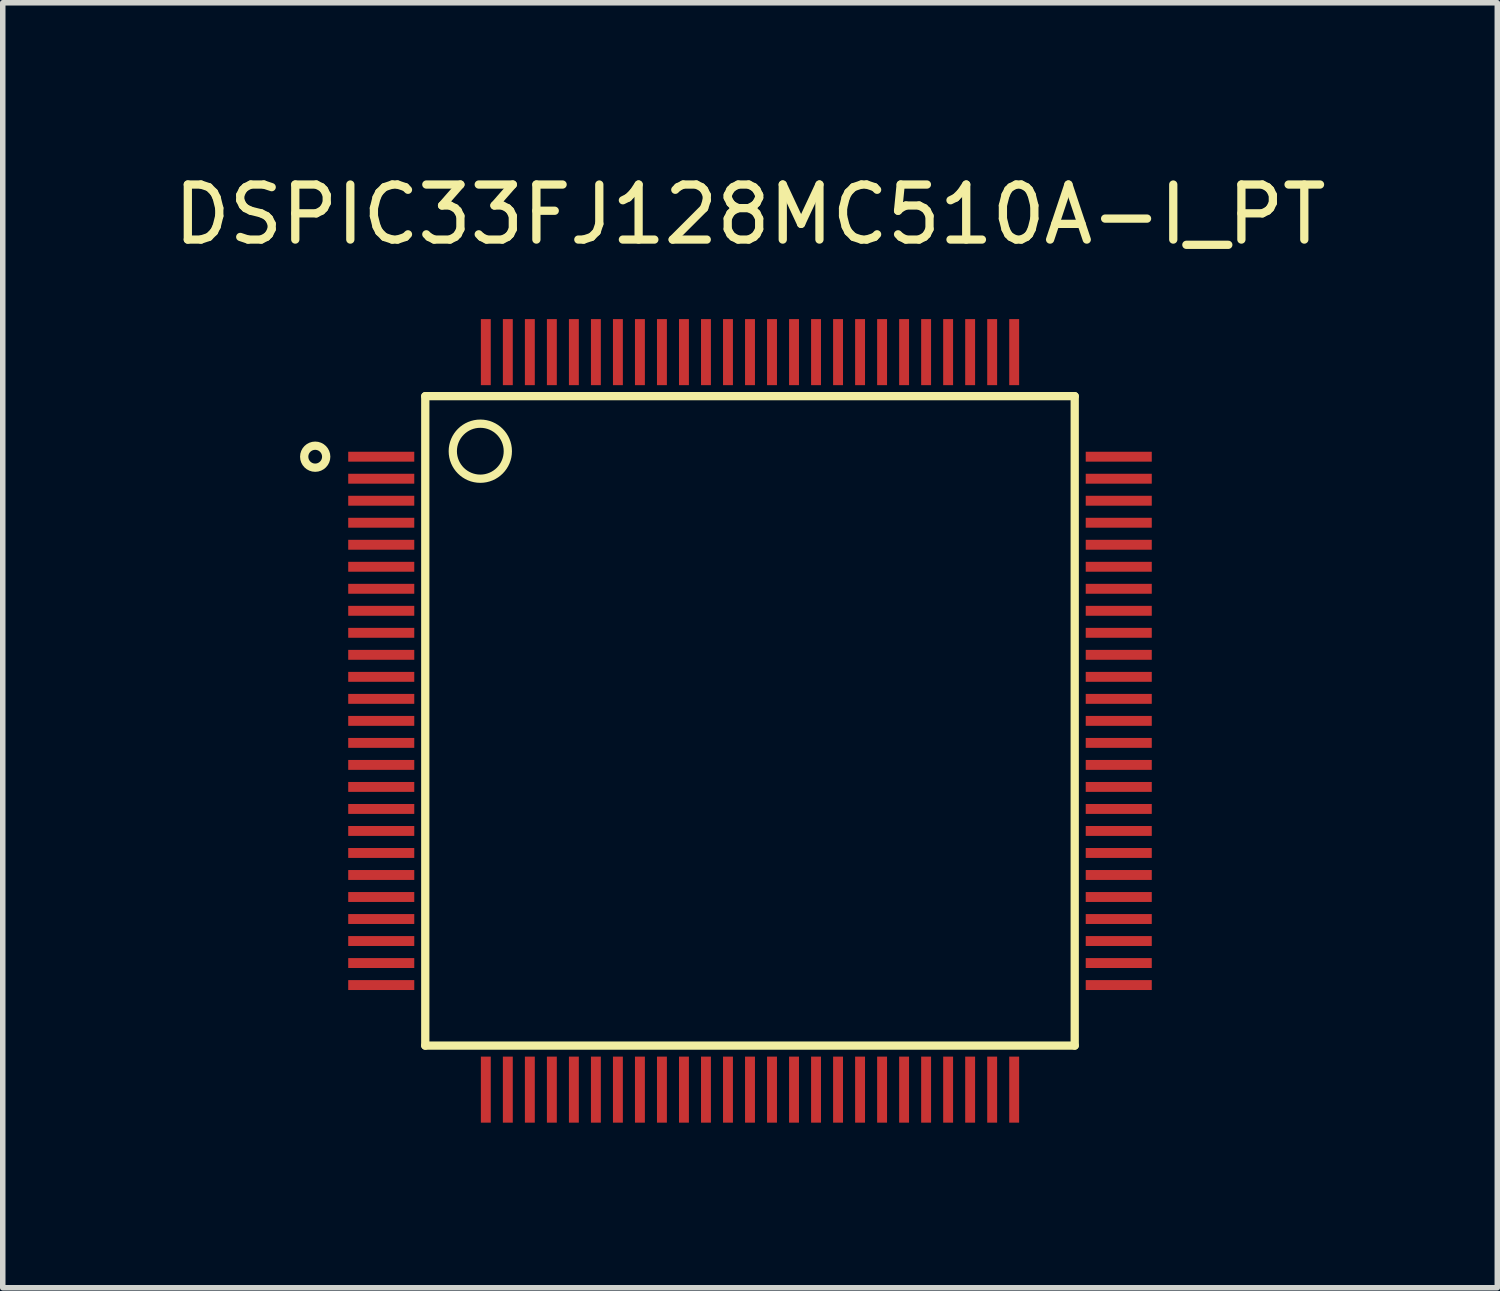
<source format=kicad_pcb>
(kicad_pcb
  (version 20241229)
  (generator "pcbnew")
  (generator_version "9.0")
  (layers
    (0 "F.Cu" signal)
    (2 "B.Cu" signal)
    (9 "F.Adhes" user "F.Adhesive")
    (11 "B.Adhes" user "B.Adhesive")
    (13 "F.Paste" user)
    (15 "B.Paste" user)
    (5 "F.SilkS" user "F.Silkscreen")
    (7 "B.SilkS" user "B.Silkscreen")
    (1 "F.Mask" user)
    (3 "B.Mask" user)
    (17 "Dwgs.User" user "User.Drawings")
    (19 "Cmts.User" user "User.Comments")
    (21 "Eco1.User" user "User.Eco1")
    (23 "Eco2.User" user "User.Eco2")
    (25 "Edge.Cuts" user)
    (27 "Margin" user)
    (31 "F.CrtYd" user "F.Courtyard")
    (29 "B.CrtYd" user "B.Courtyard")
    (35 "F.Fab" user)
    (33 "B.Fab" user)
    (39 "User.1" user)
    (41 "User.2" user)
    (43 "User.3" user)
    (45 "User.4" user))
  (footprint "DSPIC33FJ128MC510A-I_PT"
    (layer "F.Cu")
    (at 3.877 3.348)
    (property "Reference" "DSPIC33FJ128MC510A-I_PT" (at 6.7 -2.5 0) (layer "F.SilkS") (effects (font (size 1 1) (thickness 0.15))))
    (attr through_hole)
    (fp_line (start 0.8 0.8) (end 0.8 12.6) (stroke (width 0.15) (type solid)) (layer "F.SilkS"))
    (fp_line (start 0.8 0.8) (end 12.6 0.8) (stroke (width 0.15) (type solid)) (layer "F.SilkS"))
    (fp_line (start 0.8 12.6) (end 12.6 12.6) (stroke (width 0.15) (type solid)) (layer "F.SilkS"))
    (fp_line (start 12.6 12.6) (end 12.6 0.8) (stroke (width 0.15) (type solid)) (layer "F.SilkS"))
    (fp_circle (center -1.2 1.9) (end -1.2 1.7) (stroke (width 0.15) (type solid)) (fill no) (layer "F.SilkS"))
    (fp_circle (center 1.8 1.8) (end 1.8 1.3) (stroke (width 0.15) (type solid)) (fill no) (layer "F.SilkS"))
    (pad "1" smd rect (at 0 1.9) (size 1.2 0.18) (layers "F.Cu" "F.Mask" "F.Paste"))
    (pad "2" smd rect (at 0 2.3) (size 1.2 0.18) (layers "F.Cu" "F.Mask" "F.Paste"))
    (pad "3" smd rect (at 0 2.7) (size 1.2 0.18) (layers "F.Cu" "F.Mask" "F.Paste"))
    (pad "4" smd rect (at 0 3.1) (size 1.2 0.18) (layers "F.Cu" "F.Mask" "F.Paste"))
    (pad "5" smd rect (at 0 3.5) (size 1.2 0.18) (layers "F.Cu" "F.Mask" "F.Paste"))
    (pad "6" smd rect (at 0 3.9) (size 1.2 0.18) (layers "F.Cu" "F.Mask" "F.Paste"))
    (pad "7" smd rect (at 0 4.3) (size 1.2 0.18) (layers "F.Cu" "F.Mask" "F.Paste"))
    (pad "8" smd rect (at 0 4.7) (size 1.2 0.18) (layers "F.Cu" "F.Mask" "F.Paste"))
    (pad "9" smd rect (at 0 5.1) (size 1.2 0.18) (layers "F.Cu" "F.Mask" "F.Paste"))
    (pad "10" smd rect (at 0 5.5) (size 1.2 0.18) (layers "F.Cu" "F.Mask" "F.Paste"))
    (pad "11" smd rect (at 0 5.9) (size 1.2 0.18) (layers "F.Cu" "F.Mask" "F.Paste"))
    (pad "12" smd rect (at 0 6.3) (size 1.2 0.18) (layers "F.Cu" "F.Mask" "F.Paste"))
    (pad "13" smd rect (at 0 6.7) (size 1.2 0.18) (layers "F.Cu" "F.Mask" "F.Paste"))
    (pad "14" smd rect (at 0 7.1) (size 1.2 0.18) (layers "F.Cu" "F.Mask" "F.Paste"))
    (pad "15" smd rect (at 0 7.5) (size 1.2 0.18) (layers "F.Cu" "F.Mask" "F.Paste"))
    (pad "16" smd rect (at 0 7.9) (size 1.2 0.18) (layers "F.Cu" "F.Mask" "F.Paste"))
    (pad "17" smd rect (at 0 8.3) (size 1.2 0.18) (layers "F.Cu" "F.Mask" "F.Paste"))
    (pad "18" smd rect (at 0 8.7) (size 1.2 0.18) (layers "F.Cu" "F.Mask" "F.Paste"))
    (pad "19" smd rect (at 0 9.1) (size 1.2 0.18) (layers "F.Cu" "F.Mask" "F.Paste"))
    (pad "20" smd rect (at 0 9.5) (size 1.2 0.18) (layers "F.Cu" "F.Mask" "F.Paste"))
    (pad "21" smd rect (at 0 9.9) (size 1.2 0.18) (layers "F.Cu" "F.Mask" "F.Paste"))
    (pad "22" smd rect (at 0 10.3) (size 1.2 0.18) (layers "F.Cu" "F.Mask" "F.Paste"))
    (pad "23" smd rect (at 0 10.7) (size 1.2 0.18) (layers "F.Cu" "F.Mask" "F.Paste"))
    (pad "24" smd rect (at 0 11.1) (size 1.2 0.18) (layers "F.Cu" "F.Mask" "F.Paste"))
    (pad "25" smd rect (at 0 11.5) (size 1.2 0.18) (layers "F.Cu" "F.Mask" "F.Paste"))
    (pad "26" smd rect (at 1.9 13.4) (size 0.18 1.2) (layers "F.Cu" "F.Mask" "F.Paste"))
    (pad "27" smd rect (at 2.3 13.4) (size 0.18 1.2) (layers "F.Cu" "F.Mask" "F.Paste"))
    (pad "28" smd rect (at 2.7 13.4) (size 0.18 1.2) (layers "F.Cu" "F.Mask" "F.Paste"))
    (pad "29" smd rect (at 3.1 13.4) (size 0.18 1.2) (layers "F.Cu" "F.Mask" "F.Paste"))
    (pad "30" smd rect (at 3.5 13.4) (size 0.18 1.2) (layers "F.Cu" "F.Mask" "F.Paste"))
    (pad "31" smd rect (at 3.9 13.4) (size 0.18 1.2) (layers "F.Cu" "F.Mask" "F.Paste"))
    (pad "32" smd rect (at 4.3 13.4) (size 0.18 1.2) (layers "F.Cu" "F.Mask" "F.Paste"))
    (pad "33" smd rect (at 4.7 13.4) (size 0.18 1.2) (layers "F.Cu" "F.Mask" "F.Paste"))
    (pad "34" smd rect (at 5.1 13.4) (size 0.18 1.2) (layers "F.Cu" "F.Mask" "F.Paste"))
    (pad "35" smd rect (at 5.5 13.4) (size 0.18 1.2) (layers "F.Cu" "F.Mask" "F.Paste"))
    (pad "36" smd rect (at 5.9 13.4) (size 0.18 1.2) (layers "F.Cu" "F.Mask" "F.Paste"))
    (pad "37" smd rect (at 6.3 13.4) (size 0.18 1.2) (layers "F.Cu" "F.Mask" "F.Paste"))
    (pad "38" smd rect (at 6.7 13.4) (size 0.18 1.2) (layers "F.Cu" "F.Mask" "F.Paste"))
    (pad "39" smd rect (at 7.1 13.4) (size 0.18 1.2) (layers "F.Cu" "F.Mask" "F.Paste"))
    (pad "40" smd rect (at 7.5 13.4) (size 0.18 1.2) (layers "F.Cu" "F.Mask" "F.Paste"))
    (pad "41" smd rect (at 7.9 13.4) (size 0.18 1.2) (layers "F.Cu" "F.Mask" "F.Paste"))
    (pad "42" smd rect (at 8.3 13.4) (size 0.18 1.2) (layers "F.Cu" "F.Mask" "F.Paste"))
    (pad "43" smd rect (at 8.7 13.4) (size 0.18 1.2) (layers "F.Cu" "F.Mask" "F.Paste"))
    (pad "44" smd rect (at 9.1 13.4) (size 0.18 1.2) (layers "F.Cu" "F.Mask" "F.Paste"))
    (pad "45" smd rect (at 9.5 13.4) (size 0.18 1.2) (layers "F.Cu" "F.Mask" "F.Paste"))
    (pad "46" smd rect (at 9.9 13.4) (size 0.18 1.2) (layers "F.Cu" "F.Mask" "F.Paste"))
    (pad "47" smd rect (at 10.3 13.4) (size 0.18 1.2) (layers "F.Cu" "F.Mask" "F.Paste"))
    (pad "48" smd rect (at 10.7 13.4) (size 0.18 1.2) (layers "F.Cu" "F.Mask" "F.Paste"))
    (pad "49" smd rect (at 11.1 13.4) (size 0.18 1.2) (layers "F.Cu" "F.Mask" "F.Paste"))
    (pad "50" smd rect (at 11.5 13.4) (size 0.18 1.2) (layers "F.Cu" "F.Mask" "F.Paste"))
    (pad "51" smd rect (at 13.4 11.5) (size 1.2 0.18) (layers "F.Cu" "F.Mask" "F.Paste"))
    (pad "52" smd rect (at 13.4 11.1) (size 1.2 0.18) (layers "F.Cu" "F.Mask" "F.Paste"))
    (pad "53" smd rect (at 13.4 10.7) (size 1.2 0.18) (layers "F.Cu" "F.Mask" "F.Paste"))
    (pad "54" smd rect (at 13.4 10.3) (size 1.2 0.18) (layers "F.Cu" "F.Mask" "F.Paste"))
    (pad "55" smd rect (at 13.4 9.9) (size 1.2 0.18) (layers "F.Cu" "F.Mask" "F.Paste"))
    (pad "56" smd rect (at 13.4 9.5) (size 1.2 0.18) (layers "F.Cu" "F.Mask" "F.Paste"))
    (pad "57" smd rect (at 13.4 9.1) (size 1.2 0.18) (layers "F.Cu" "F.Mask" "F.Paste"))
    (pad "58" smd rect (at 13.4 8.7) (size 1.2 0.18) (layers "F.Cu" "F.Mask" "F.Paste"))
    (pad "59" smd rect (at 13.4 8.3) (size 1.2 0.18) (layers "F.Cu" "F.Mask" "F.Paste"))
    (pad "60" smd rect (at 13.4 7.9) (size 1.2 0.18) (layers "F.Cu" "F.Mask" "F.Paste"))
    (pad "61" smd rect (at 13.4 7.5) (size 1.2 0.18) (layers "F.Cu" "F.Mask" "F.Paste"))
    (pad "62" smd rect (at 13.4 7.1) (size 1.2 0.18) (layers "F.Cu" "F.Mask" "F.Paste"))
    (pad "63" smd rect (at 13.4 6.7) (size 1.2 0.18) (layers "F.Cu" "F.Mask" "F.Paste"))
    (pad "64" smd rect (at 13.4 6.3) (size 1.2 0.18) (layers "F.Cu" "F.Mask" "F.Paste"))
    (pad "65" smd rect (at 13.4 5.9) (size 1.2 0.18) (layers "F.Cu" "F.Mask" "F.Paste"))
    (pad "66" smd rect (at 13.4 5.5) (size 1.2 0.18) (layers "F.Cu" "F.Mask" "F.Paste"))
    (pad "67" smd rect (at 13.4 5.1) (size 1.2 0.18) (layers "F.Cu" "F.Mask" "F.Paste"))
    (pad "68" smd rect (at 13.4 4.7) (size 1.2 0.18) (layers "F.Cu" "F.Mask" "F.Paste"))
    (pad "69" smd rect (at 13.4 4.3) (size 1.2 0.18) (layers "F.Cu" "F.Mask" "F.Paste"))
    (pad "70" smd rect (at 13.4 3.9) (size 1.2 0.18) (layers "F.Cu" "F.Mask" "F.Paste"))
    (pad "71" smd rect (at 13.4 3.5) (size 1.2 0.18) (layers "F.Cu" "F.Mask" "F.Paste"))
    (pad "72" smd rect (at 13.4 3.1) (size 1.2 0.18) (layers "F.Cu" "F.Mask" "F.Paste"))
    (pad "73" smd rect (at 13.4 2.7) (size 1.2 0.18) (layers "F.Cu" "F.Mask" "F.Paste"))
    (pad "74" smd rect (at 13.4 2.3) (size 1.2 0.18) (layers "F.Cu" "F.Mask" "F.Paste"))
    (pad "75" smd rect (at 13.4 1.9) (size 1.2 0.18) (layers "F.Cu" "F.Mask" "F.Paste"))
    (pad "76" smd rect (at 11.5 0) (size 0.18 1.2) (layers "F.Cu" "F.Mask" "F.Paste"))
    (pad "77" smd rect (at 11.1 0) (size 0.18 1.2) (layers "F.Cu" "F.Mask" "F.Paste"))
    (pad "78" smd rect (at 10.7 0) (size 0.18 1.2) (layers "F.Cu" "F.Mask" "F.Paste"))
    (pad "79" smd rect (at 10.3 0) (size 0.18 1.2) (layers "F.Cu" "F.Mask" "F.Paste"))
    (pad "80" smd rect (at 9.9 0) (size 0.18 1.2) (layers "F.Cu" "F.Mask" "F.Paste"))
    (pad "81" smd rect (at 9.5 0) (size 0.18 1.2) (layers "F.Cu" "F.Mask" "F.Paste"))
    (pad "82" smd rect (at 9.1 0) (size 0.18 1.2) (layers "F.Cu" "F.Mask" "F.Paste"))
    (pad "83" smd rect (at 8.7 0) (size 0.18 1.2) (layers "F.Cu" "F.Mask" "F.Paste"))
    (pad "84" smd rect (at 8.3 0) (size 0.18 1.2) (layers "F.Cu" "F.Mask" "F.Paste"))
    (pad "85" smd rect (at 7.9 0) (size 0.18 1.2) (layers "F.Cu" "F.Mask" "F.Paste"))
    (pad "86" smd rect (at 7.5 0) (size 0.18 1.2) (layers "F.Cu" "F.Mask" "F.Paste"))
    (pad "87" smd rect (at 7.1 0) (size 0.18 1.2) (layers "F.Cu" "F.Mask" "F.Paste"))
    (pad "88" smd rect (at 6.7 0) (size 0.18 1.2) (layers "F.Cu" "F.Mask" "F.Paste"))
    (pad "89" smd rect (at 6.3 0) (size 0.18 1.2) (layers "F.Cu" "F.Mask" "F.Paste"))
    (pad "90" smd rect (at 5.9 0) (size 0.18 1.2) (layers "F.Cu" "F.Mask" "F.Paste"))
    (pad "91" smd rect (at 5.5 0) (size 0.18 1.2) (layers "F.Cu" "F.Mask" "F.Paste"))
    (pad "92" smd rect (at 5.1 0) (size 0.18 1.2) (layers "F.Cu" "F.Mask" "F.Paste"))
    (pad "93" smd rect (at 4.7 0) (size 0.18 1.2) (layers "F.Cu" "F.Mask" "F.Paste"))
    (pad "94" smd rect (at 4.3 0) (size 0.18 1.2) (layers "F.Cu" "F.Mask" "F.Paste"))
    (pad "95" smd rect (at 3.9 0) (size 0.18 1.2) (layers "F.Cu" "F.Mask" "F.Paste"))
    (pad "96" smd rect (at 3.5 0) (size 0.18 1.2) (layers "F.Cu" "F.Mask" "F.Paste"))
    (pad "97" smd rect (at 3.1 0) (size 0.18 1.2) (layers "F.Cu" "F.Mask" "F.Paste"))
    (pad "98" smd rect (at 2.7 0) (size 0.18 1.2) (layers "F.Cu" "F.Mask" "F.Paste"))
    (pad "99" smd rect (at 2.3 0) (size 0.18 1.2) (layers "F.Cu" "F.Mask" "F.Paste"))
    (pad "100" smd rect (at 1.9 0) (size 0.18 1.2) (layers "F.Cu" "F.Mask" "F.Paste")))
  (gr_rect
    (start -3 -3)
    (end 24.155 20.348)
    (stroke (width 0.1) (type default))
    (fill no)
    (layer "Edge.Cuts")))
</source>
